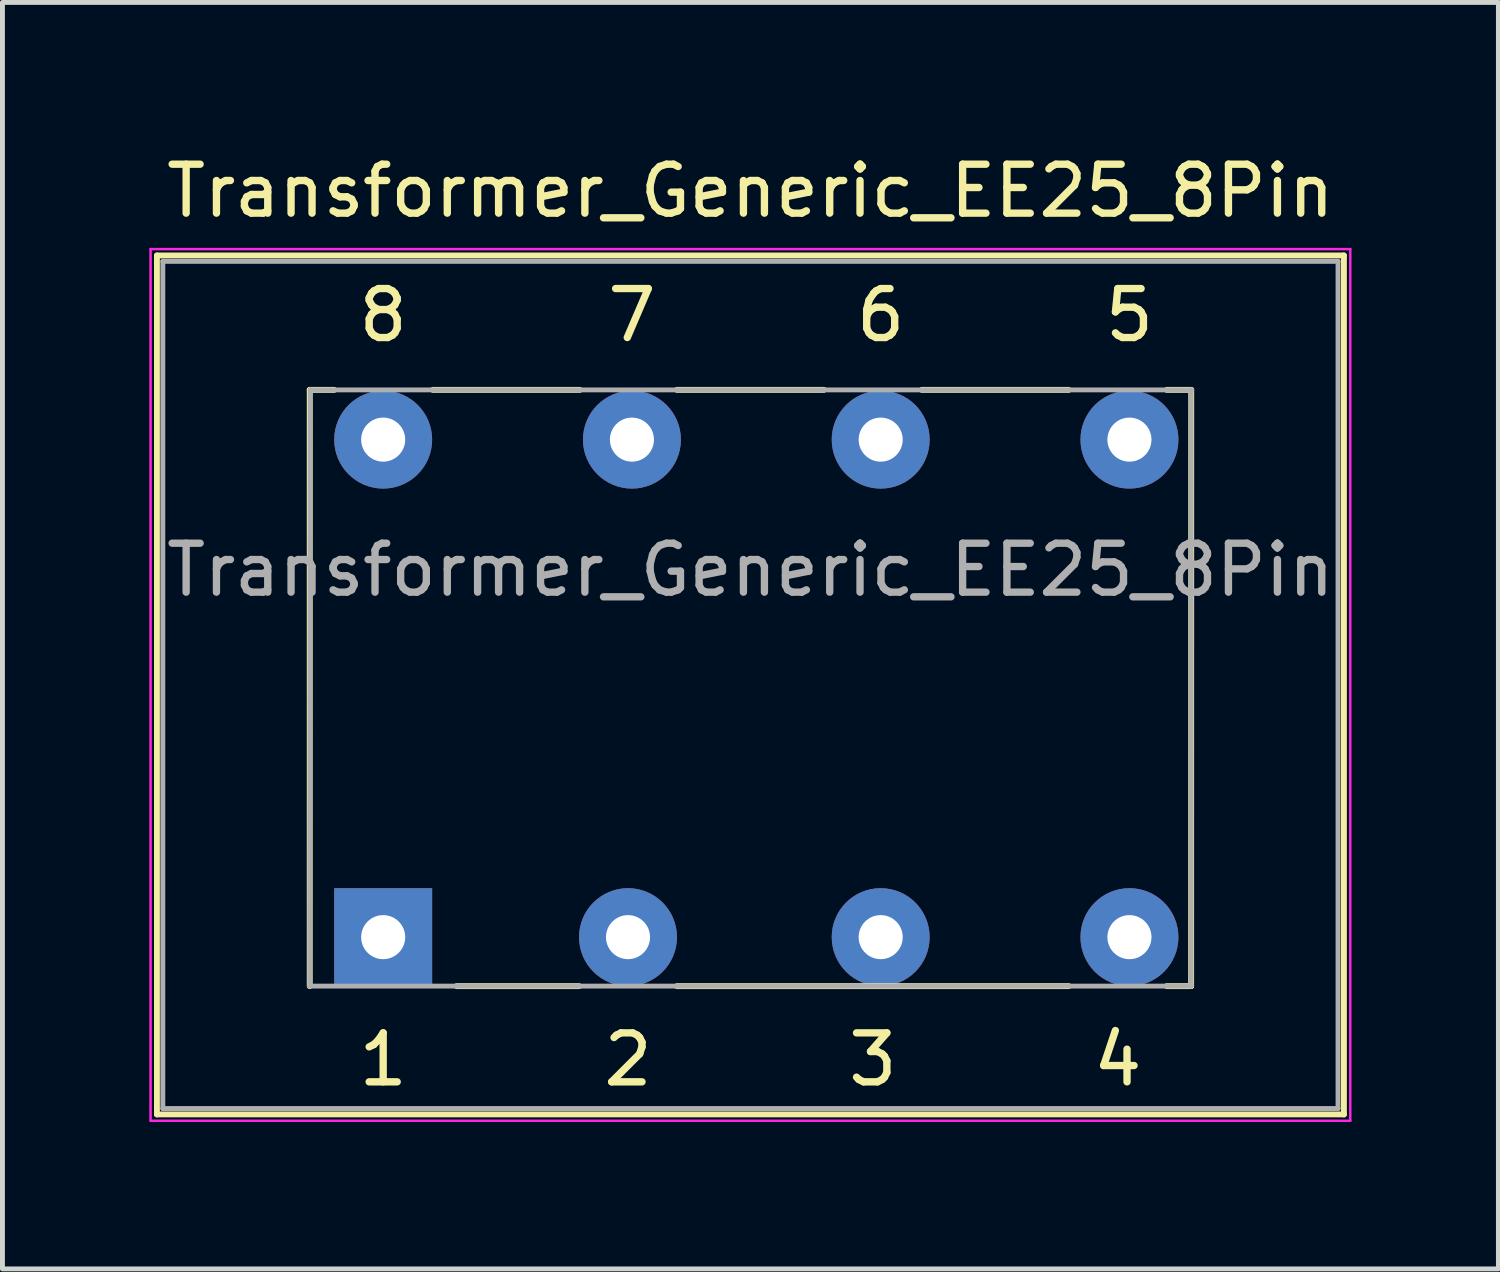
<source format=kicad_pcb>
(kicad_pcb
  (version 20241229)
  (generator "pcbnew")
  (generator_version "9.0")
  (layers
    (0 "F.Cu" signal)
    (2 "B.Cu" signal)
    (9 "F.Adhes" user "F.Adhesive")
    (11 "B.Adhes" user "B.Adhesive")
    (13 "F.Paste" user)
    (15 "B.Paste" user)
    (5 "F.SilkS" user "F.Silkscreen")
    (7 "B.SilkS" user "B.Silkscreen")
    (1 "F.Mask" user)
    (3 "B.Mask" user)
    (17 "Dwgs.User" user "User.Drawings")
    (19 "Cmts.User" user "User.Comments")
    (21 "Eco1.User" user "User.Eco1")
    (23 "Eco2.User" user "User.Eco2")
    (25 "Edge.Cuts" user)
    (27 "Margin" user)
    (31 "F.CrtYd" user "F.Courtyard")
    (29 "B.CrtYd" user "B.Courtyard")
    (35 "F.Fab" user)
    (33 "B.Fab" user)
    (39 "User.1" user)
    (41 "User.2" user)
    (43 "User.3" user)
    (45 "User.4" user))
  (footprint "Transformer_Generic_EE25_8Pin"
    (layer "F.Cu")
    (at 4.775 16.088)
    (property "Reference" "Transformer_Generic_EE25_8Pin" (at 7.5 -15.24 0) (layer "F.SilkS") (effects (font (size 1 1) (thickness 0.15))))
    (attr through_hole)
    (fp_line (start -4.62 -13.921) (end -4.62 3.62) (stroke (width 0.12) (type solid)) (layer "F.SilkS"))
    (fp_line (start -4.62 -13.921) (end 19.62 -13.921) (stroke (width 0.12) (type solid)) (layer "F.SilkS"))
    (fp_line (start -1.5 1) (end -1.5 -11.176) (stroke (width 0.12) (type solid)) (layer "F.SilkS"))
    (fp_line (start -1 -11.176) (end -1.5 -11.176) (stroke (width 0.12) (type solid)) (layer "F.SilkS"))
    (fp_line (start 1.016 -11.176) (end 4.016 -11.176) (stroke (width 0.12) (type solid)) (layer "F.SilkS"))
    (fp_line (start 4 1) (end 1.5 1) (stroke (width 0.12) (type solid)) (layer "F.SilkS"))
    (fp_line (start 6 -11.176) (end 9 -11.176) (stroke (width 0.12) (type solid)) (layer "F.SilkS"))
    (fp_line (start 6 1) (end 14 1) (stroke (width 0.12) (type solid)) (layer "F.SilkS"))
    (fp_line (start 11 -11.176) (end 14 -11.176) (stroke (width 0.12) (type solid)) (layer "F.SilkS"))
    (fp_line (start 16 1) (end 16.5 1) (stroke (width 0.12) (type solid)) (layer "F.SilkS"))
    (fp_line (start 16.002 -11.176) (end 16.502 -11.176) (stroke (width 0.12) (type solid)) (layer "F.SilkS"))
    (fp_line (start 16.5 1) (end 16.502 -11.176) (stroke (width 0.12) (type solid)) (layer "F.SilkS"))
    (fp_line (start 19.62 3.62) (end -4.62 3.62) (stroke (width 0.12) (type solid)) (layer "F.SilkS"))
    (fp_line (start 19.62 3.62) (end 19.62 -13.921) (stroke (width 0.12) (type solid)) (layer "F.SilkS"))
    (fp_line (start -4.75 -14.051) (end -4.75 3.75) (stroke (width 0.05) (type solid)) (layer "F.CrtYd"))
    (fp_line (start -4.75 -14.051) (end 19.75 -14.051) (stroke (width 0.05) (type solid)) (layer "F.CrtYd"))
    (fp_line (start 19.75 3.75) (end -4.75 3.75) (stroke (width 0.05) (type solid)) (layer "F.CrtYd"))
    (fp_line (start 19.75 3.75) (end 19.75 -14.051) (stroke (width 0.05) (type solid)) (layer "F.CrtYd"))
    (fp_line (start -4.5 -13.801) (end 19.5 -13.801) (stroke (width 0.1) (type solid)) (layer "F.Fab"))
    (fp_line (start -4.5 3.5) (end -4.5 -13.801) (stroke (width 0.1) (type solid)) (layer "F.Fab"))
    (fp_line (start -1.5 1) (end -1.49 -11.176) (stroke (width 0.1) (type solid)) (layer "F.Fab"))
    (fp_line (start -1.49 -11.176) (end 16.51 -11.176) (stroke (width 0.1) (type solid)) (layer "F.Fab"))
    (fp_line (start 16.5 -11.176) (end 16.5 1) (stroke (width 0.1) (type solid)) (layer "F.Fab"))
    (fp_line (start 16.5 1) (end -1.5 1) (stroke (width 0.1) (type solid)) (layer "F.Fab"))
    (fp_line (start 19.5 -13.801) (end 19.5 3.5) (stroke (width 0.1) (type solid)) (layer "F.Fab"))
    (fp_line (start 19.5 3.5) (end -4.5 3.5) (stroke (width 0.1) (type solid)) (layer "F.Fab"))
    (fp_text user "2" (at 5 2.5 0) (layer "F.SilkS") (effects (font (size 1 1) (thickness 0.15))))
    (fp_text user "4" (at 15 2.5 0) (layer "F.SilkS") (effects (font (size 1 1) (thickness 0.15))))
    (fp_text user "3" (at 10 2.5 0) (layer "F.SilkS") (effects (font (size 1 1) (thickness 0.15))))
    (fp_text user "7" (at 5.08 -12.7 0) (layer "F.SilkS") (effects (font (size 1 1) (thickness 0.15))))
    (fp_text user "1" (at 0 2.5 0) (layer "F.SilkS") (effects (font (size 1 1) (thickness 0.15))))
    (fp_text user "6" (at 10.16 -12.7 0) (layer "F.SilkS") (effects (font (size 1 1) (thickness 0.15))))
    (fp_text user "5" (at 15.24 -12.7 0) (layer "F.SilkS") (effects (font (size 1 1) (thickness 0.15))))
    (fp_text user "8" (at 0 -12.7 0) (layer "F.SilkS") (effects (font (size 1 1) (thickness 0.15))))
    (fp_text user "${REFERENCE}" (at 7.5 -7.5 0) (layer "F.Fab") (effects (font (size 1 1) (thickness 0.15))))
    (pad "1" thru_hole rect (at 0 0) (size 2 2) (drill 0.9) (layers "*.Cu" "*.Mask"))
    (pad "2" thru_hole circle (at 5 0) (size 2 2) (drill 0.9) (layers "*.Cu" "*.Mask"))
    (pad "3" thru_hole circle (at 10.16 0) (size 2 2) (drill 0.9) (layers "*.Cu" "*.Mask"))
    (pad "4" thru_hole circle (at 15.24 0) (size 2 2) (drill 0.9) (layers "*.Cu" "*.Mask"))
    (pad "5" thru_hole circle (at 15.24 -10.16) (size 2 2) (drill 0.9) (layers "*.Cu" "*.Mask"))
    (pad "6" thru_hole circle (at 10.16 -10.16) (size 2 2) (drill 0.9) (layers "*.Cu" "*.Mask"))
    (pad "7" thru_hole circle (at 5.08 -10.16) (size 2 2) (drill 0.9) (layers "*.Cu" "*.Mask"))
    (pad "8" thru_hole circle (at 0 -10.16) (size 2 2) (drill 0.9) (layers "*.Cu" "*.Mask")))
  (gr_rect
    (start -3 -3)
    (end 27.55 22.863)
    (stroke (width 0.1) (type default))
    (fill no)
    (layer "Edge.Cuts")))
</source>
